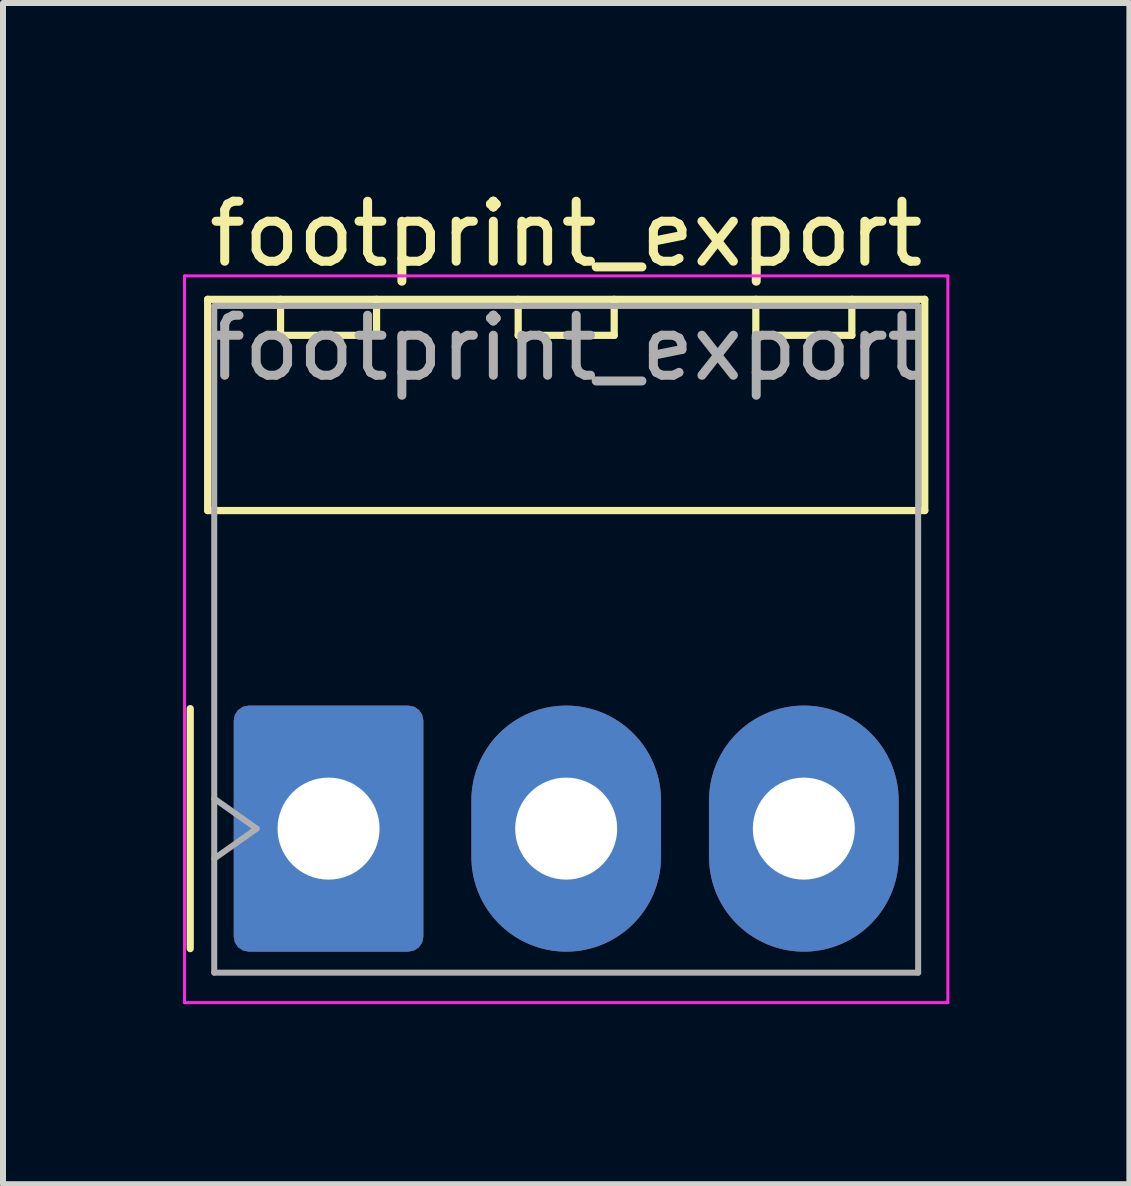
<source format=kicad_pcb>
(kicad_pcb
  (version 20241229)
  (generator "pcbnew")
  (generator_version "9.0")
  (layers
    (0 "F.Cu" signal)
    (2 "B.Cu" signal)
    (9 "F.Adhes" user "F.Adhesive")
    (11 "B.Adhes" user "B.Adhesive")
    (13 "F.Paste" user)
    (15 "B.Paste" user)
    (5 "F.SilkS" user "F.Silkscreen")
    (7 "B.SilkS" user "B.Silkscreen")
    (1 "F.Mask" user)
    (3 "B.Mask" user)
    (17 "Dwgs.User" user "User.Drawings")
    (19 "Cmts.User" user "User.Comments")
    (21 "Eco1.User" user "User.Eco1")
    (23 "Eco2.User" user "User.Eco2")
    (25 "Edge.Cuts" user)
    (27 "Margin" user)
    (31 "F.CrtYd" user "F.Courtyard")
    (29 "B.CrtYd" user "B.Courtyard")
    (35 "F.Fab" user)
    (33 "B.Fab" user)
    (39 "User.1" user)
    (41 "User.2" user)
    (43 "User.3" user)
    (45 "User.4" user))
  (footprint "footprint_export"
    (layer "F.Cu")
    (at 2.425 10.758)
    (property "Reference" "footprint_export" (at 3.96 -9.91 0) (layer "F.SilkS") (effects (font (size 1 1) (thickness 0.15))))
    (attr through_hole)
    (fp_line (start -2.305 -2) (end -2.305 2) (stroke (width 0.12) (type solid)) (layer "F.SilkS"))
    (fp_line (start -2.015 -8.82) (end 9.935 -8.82) (stroke (width 0.12) (type solid)) (layer "F.SilkS"))
    (fp_line (start -2.015 -5.3) (end -2.015 -8.82) (stroke (width 0.12) (type solid)) (layer "F.SilkS"))
    (fp_line (start -0.8 -8.82) (end -0.8 -8.22) (stroke (width 0.12) (type solid)) (layer "F.SilkS"))
    (fp_line (start -0.8 -8.22) (end 0.8 -8.22) (stroke (width 0.12) (type solid)) (layer "F.SilkS"))
    (fp_line (start 0.8 -8.22) (end 0.8 -8.82) (stroke (width 0.12) (type solid)) (layer "F.SilkS"))
    (fp_line (start 3.16 -8.82) (end 3.16 -8.22) (stroke (width 0.12) (type solid)) (layer "F.SilkS"))
    (fp_line (start 3.16 -8.22) (end 4.76 -8.22) (stroke (width 0.12) (type solid)) (layer "F.SilkS"))
    (fp_line (start 4.76 -8.22) (end 4.76 -8.82) (stroke (width 0.12) (type solid)) (layer "F.SilkS"))
    (fp_line (start 7.12 -8.82) (end 7.12 -8.22) (stroke (width 0.12) (type solid)) (layer "F.SilkS"))
    (fp_line (start 7.12 -8.22) (end 8.72 -8.22) (stroke (width 0.12) (type solid)) (layer "F.SilkS"))
    (fp_line (start 8.72 -8.22) (end 8.72 -8.82) (stroke (width 0.12) (type solid)) (layer "F.SilkS"))
    (fp_line (start 9.935 -8.82) (end 9.935 -5.3) (stroke (width 0.12) (type solid)) (layer "F.SilkS"))
    (fp_line (start 9.935 -5.3) (end -2.015 -5.3) (stroke (width 0.12) (type solid)) (layer "F.SilkS"))
    (fp_line (start -2.4 -9.21) (end -2.4 2.9) (stroke (width 0.05) (type solid)) (layer "F.CrtYd"))
    (fp_line (start -2.4 2.9) (end 10.32 2.9) (stroke (width 0.05) (type solid)) (layer "F.CrtYd"))
    (fp_line (start 10.32 -9.21) (end -2.4 -9.21) (stroke (width 0.05) (type solid)) (layer "F.CrtYd"))
    (fp_line (start 10.32 2.9) (end 10.32 -9.21) (stroke (width 0.05) (type solid)) (layer "F.CrtYd"))
    (fp_line (start -1.905 -8.71) (end 9.825 -8.71) (stroke (width 0.1) (type solid)) (layer "F.Fab"))
    (fp_line (start -1.905 -0.5) (end -1.198 0) (stroke (width 0.1) (type solid)) (layer "F.Fab"))
    (fp_line (start -1.905 2.4) (end -1.905 -8.71) (stroke (width 0.1) (type solid)) (layer "F.Fab"))
    (fp_line (start -1.198 0) (end -1.905 0.5) (stroke (width 0.1) (type solid)) (layer "F.Fab"))
    (fp_line (start 9.825 -8.71) (end 9.825 2.4) (stroke (width 0.1) (type solid)) (layer "F.Fab"))
    (fp_line (start 9.825 2.4) (end -1.905 2.4) (stroke (width 0.1) (type solid)) (layer "F.Fab"))
    (fp_text user "${REFERENCE}" (at 3.96 -8.01 0) (layer "F.Fab") (effects (font (size 1 1) (thickness 0.15))))
    (pad "1" thru_hole roundrect (at 0 0) (size 3.16 4.1) (drill 1.7) (layers "*.Cu" "*.Mask") (roundrect_rratio 0.079))
    (pad "2" thru_hole oval (at 3.96 0) (size 3.16 4.1) (drill 1.7) (layers "*.Cu" "*.Mask"))
    (pad "3" thru_hole oval (at 7.92 0) (size 3.16 4.1) (drill 1.7) (layers "*.Cu" "*.Mask")))
  (gr_rect
    (start -3 -3)
    (end 15.77 16.683)
    (stroke (width 0.1) (type default))
    (fill no)
    (layer "Edge.Cuts")))
</source>
